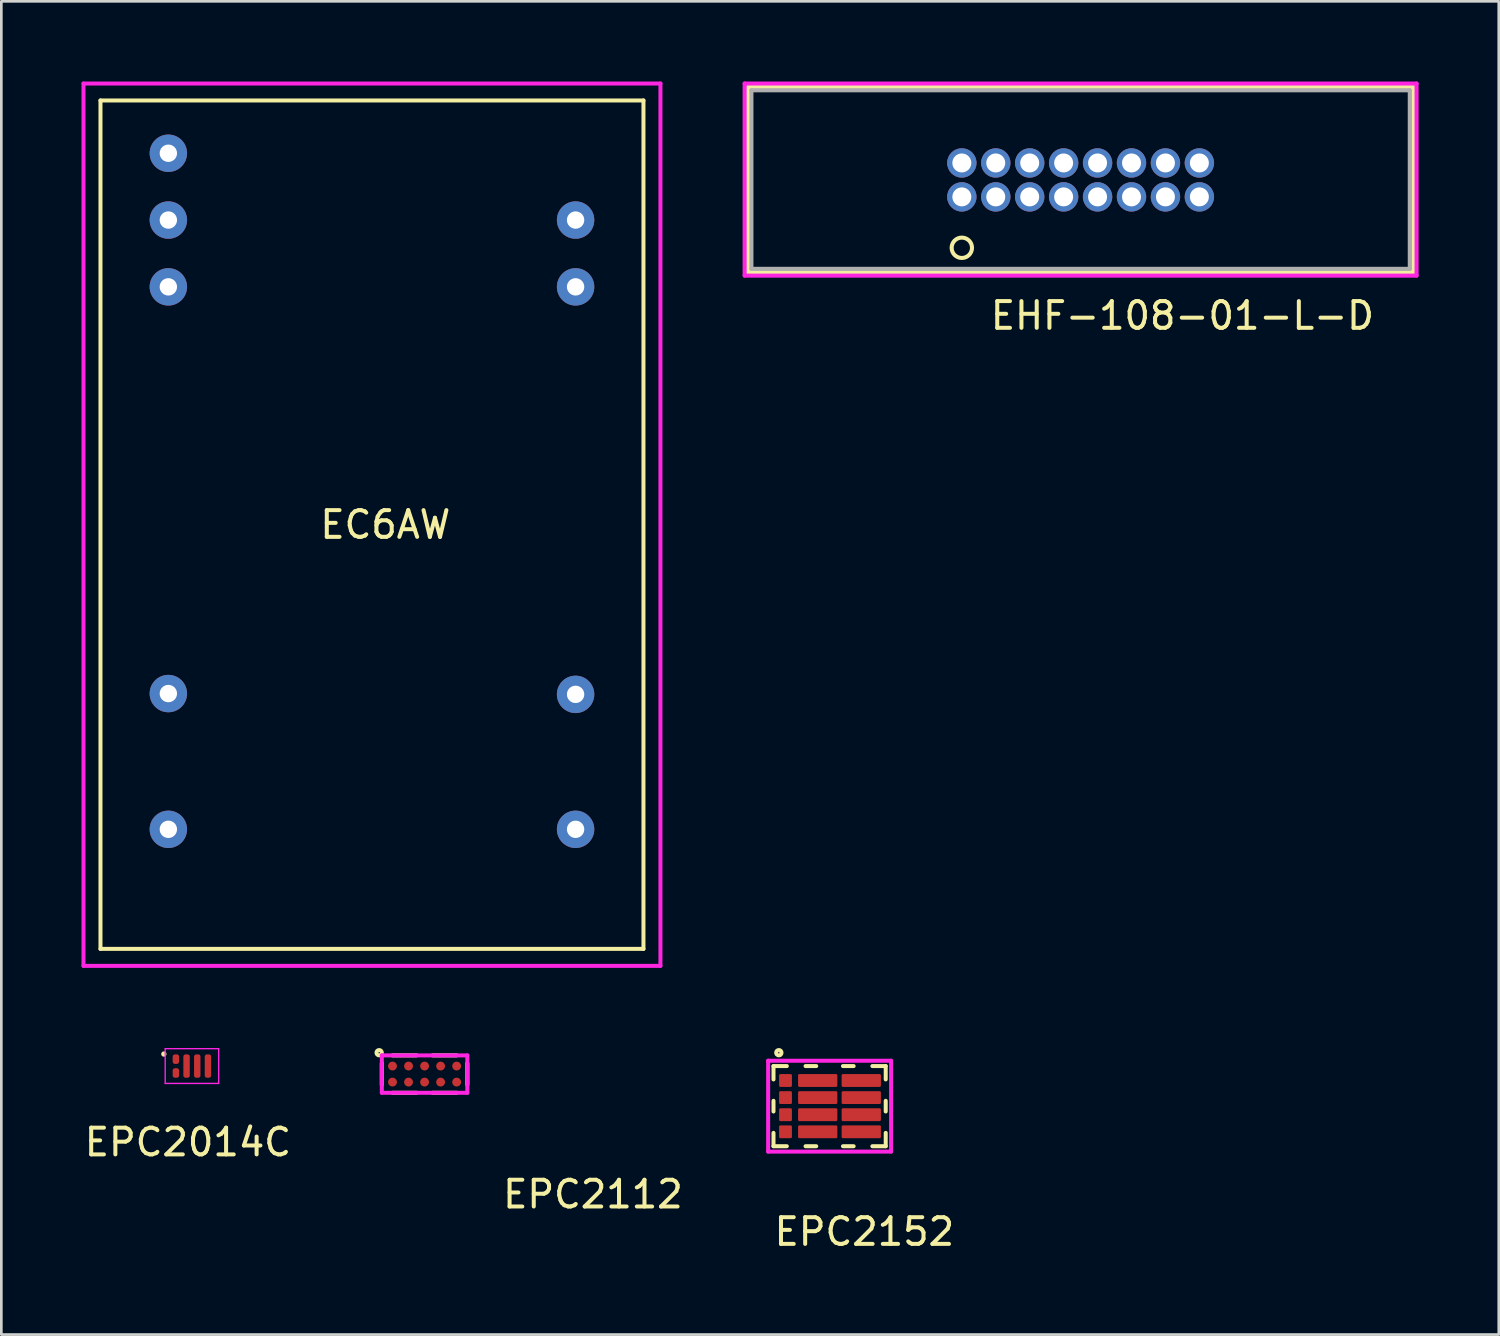
<source format=kicad_pcb>
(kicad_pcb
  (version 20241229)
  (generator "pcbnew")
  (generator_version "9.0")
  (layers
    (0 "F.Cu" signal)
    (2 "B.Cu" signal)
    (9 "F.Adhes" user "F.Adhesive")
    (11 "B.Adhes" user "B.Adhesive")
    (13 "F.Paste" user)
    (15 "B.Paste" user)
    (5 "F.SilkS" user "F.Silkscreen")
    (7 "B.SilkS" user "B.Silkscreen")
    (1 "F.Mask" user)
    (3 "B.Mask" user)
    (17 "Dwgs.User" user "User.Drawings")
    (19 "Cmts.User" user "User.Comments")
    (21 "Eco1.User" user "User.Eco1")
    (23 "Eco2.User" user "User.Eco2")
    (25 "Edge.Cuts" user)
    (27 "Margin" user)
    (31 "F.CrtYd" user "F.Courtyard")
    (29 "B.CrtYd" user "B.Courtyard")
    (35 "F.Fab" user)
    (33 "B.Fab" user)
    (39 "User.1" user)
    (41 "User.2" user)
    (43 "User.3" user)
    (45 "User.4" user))
  (footprint "EPC2152"
    (layer "F.Cu")
    (at 27.996 38.345)
    (property "Reference" "EPC2152" (at 1.3 4.7 0) (layer "F.SilkS") (effects (font (size 1 1) (thickness 0.15))))
    (attr through_hole)
    (fp_line (start -2.1 -1.5) (end -2.1 -1) (stroke (width 0.15) (type solid)) (layer "F.SilkS"))
    (fp_line (start -2.1 -1.5) (end -1.6 -1.5) (stroke (width 0.15) (type solid)) (layer "F.SilkS"))
    (fp_line (start -2.1 -0.2) (end -2.1 0.2) (stroke (width 0.15) (type solid)) (layer "F.SilkS"))
    (fp_line (start -2.1 1.5) (end -2.1 1) (stroke (width 0.15) (type solid)) (layer "F.SilkS"))
    (fp_line (start -2.1 1.5) (end -1.6 1.5) (stroke (width 0.15) (type solid)) (layer "F.SilkS"))
    (fp_line (start -0.9 -1.5) (end -0.5 -1.5) (stroke (width 0.15) (type solid)) (layer "F.SilkS"))
    (fp_line (start -0.5 1.5) (end -0.9 1.5) (stroke (width 0.15) (type solid)) (layer "F.SilkS"))
    (fp_line (start 0.5 -1.5) (end 0.9 -1.5) (stroke (width 0.15) (type solid)) (layer "F.SilkS"))
    (fp_line (start 0.5 1.5) (end 0.9 1.5) (stroke (width 0.15) (type solid)) (layer "F.SilkS"))
    (fp_line (start 1.6 -1.5) (end 2.1 -1.5) (stroke (width 0.15) (type solid)) (layer "F.SilkS"))
    (fp_line (start 2.1 -1.5) (end 2.1 -1) (stroke (width 0.15) (type solid)) (layer "F.SilkS"))
    (fp_line (start 2.1 -0.2) (end 2.1 0.2) (stroke (width 0.15) (type solid)) (layer "F.SilkS"))
    (fp_line (start 2.1 1.5) (end 1.6 1.5) (stroke (width 0.15) (type solid)) (layer "F.SilkS"))
    (fp_line (start 2.1 1.5) (end 2.1 1) (stroke (width 0.15) (type solid)) (layer "F.SilkS"))
    (fp_circle (center -1.9 -2) (end -1.8 -2) (stroke (width 0.15) (type solid)) (fill no) (layer "F.SilkS"))
    (fp_line (start -2.3 -1.7) (end 2.3 -1.7) (stroke (width 0.15) (type solid)) (layer "F.CrtYd"))
    (fp_line (start -2.3 1.7) (end -2.3 -1.7) (stroke (width 0.15) (type solid)) (layer "F.CrtYd"))
    (fp_line (start 2.3 -1.7) (end 2.3 1.7) (stroke (width 0.15) (type solid)) (layer "F.CrtYd"))
    (fp_line (start 2.3 1.7) (end -2.3 1.7) (stroke (width 0.15) (type solid)) (layer "F.CrtYd"))
    (pad "" smd roundrect (at -1.65 -0.96) (size 0.32 0.32) (layers "F.Mask" "F.Paste") (roundrect_rratio 0.1))
    (pad "" smd roundrect (at -1.65 -0.32) (size 0.32 0.32) (layers "F.Mask" "F.Paste") (roundrect_rratio 0.1))
    (pad "" smd roundrect (at -1.65 0.32) (size 0.32 0.32) (layers "F.Mask" "F.Paste") (roundrect_rratio 0.1))
    (pad "" smd roundrect (at -1.65 0.96) (size 0.32 0.32) (layers "F.Mask" "F.Paste") (roundrect_rratio 0.1))
    (pad "" smd roundrect (at -0.445 -0.96) (size 1.25 0.32) (layers "F.Mask" "F.Paste") (roundrect_rratio 0.1))
    (pad "" smd roundrect (at -0.445 -0.32) (size 1.25 0.32) (layers "F.Mask" "F.Paste") (roundrect_rratio 0.1))
    (pad "" smd roundrect (at -0.445 0.32) (size 1.25 0.32) (layers "F.Mask" "F.Paste") (roundrect_rratio 0.1))
    (pad "" smd roundrect (at -0.445 0.96) (size 1.25 0.32) (layers "F.Mask" "F.Paste") (roundrect_rratio 0.1))
    (pad "" smd roundrect (at 1.185 -0.96) (size 1.25 0.32) (layers "F.Mask" "F.Paste") (roundrect_rratio 0.1))
    (pad "" smd roundrect (at 1.185 -0.32) (size 1.25 0.32) (layers "F.Mask" "F.Paste") (roundrect_rratio 0.1))
    (pad "" smd roundrect (at 1.185 0.32) (size 1.25 0.32) (layers "F.Mask" "F.Paste") (roundrect_rratio 0.1))
    (pad "" smd roundrect (at 1.185 0.96) (size 1.25 0.32) (layers "F.Mask" "F.Paste") (roundrect_rratio 0.1))
    (pad "1" smd roundrect (at -1.65 -0.96) (size 0.48 0.48) (layers "F.Cu") (roundrect_rratio 0.1))
    (pad "2" smd roundrect (at -1.65 -0.32) (size 0.48 0.48) (layers "F.Cu") (roundrect_rratio 0.1))
    (pad "3" smd roundrect (at -1.65 0.32) (size 0.48 0.48) (layers "F.Cu") (roundrect_rratio 0.1))
    (pad "4" smd roundrect (at -1.65 0.96) (size 0.48 0.48) (layers "F.Cu") (roundrect_rratio 0.1))
    (pad "5" smd roundrect (at -0.445 -0.96) (size 1.47 0.48) (layers "F.Cu") (roundrect_rratio 0.1))
    (pad "6" smd roundrect (at -0.445 -0.32) (size 1.47 0.48) (layers "F.Cu") (roundrect_rratio 0.1))
    (pad "7" smd roundrect (at -0.445 0.32) (size 1.47 0.48) (layers "F.Cu") (roundrect_rratio 0.1))
    (pad "8" smd roundrect (at -0.445 0.96) (size 1.47 0.48) (layers "F.Cu") (roundrect_rratio 0.1))
    (pad "9" smd roundrect (at 1.185 -0.96) (size 1.47 0.48) (layers "F.Cu") (roundrect_rratio 0.1))
    (pad "10" smd roundrect (at 1.185 -0.32) (size 1.47 0.48) (layers "F.Cu") (roundrect_rratio 0.1))
    (pad "11" smd roundrect (at 1.185 0.32) (size 1.47 0.48) (layers "F.Cu") (roundrect_rratio 0.1))
    (pad "12" smd roundrect (at 1.185 0.96) (size 1.47 0.48) (layers "F.Cu") (roundrect_rratio 0.1)))
  (footprint "EHF-108-01-L-D"
    (layer "F.Cu")
    (at 37.389 3.683)
    (property "Reference" "EHF-108-01-L-D" (at 3.81 5.08 0) (layer "F.SilkS") (effects (font (size 1 1) (thickness 0.15))))
    (attr through_hole)
    (fp_line (start -12.446 -3.48) (end -12.446 3.454) (stroke (width 0.152) (type solid)) (layer "F.SilkS"))
    (fp_line (start -12.446 3.454) (end 12.446 3.454) (stroke (width 0.152) (type solid)) (layer "F.SilkS"))
    (fp_line (start 12.446 -3.48) (end -12.446 -3.48) (stroke (width 0.152) (type solid)) (layer "F.SilkS"))
    (fp_line (start 12.446 3.454) (end 12.446 -3.48) (stroke (width 0.152) (type solid)) (layer "F.SilkS"))
    (fp_circle (center -4.445 2.54) (end -4.064 2.54) (stroke (width 0.152) (type solid)) (fill no) (layer "F.SilkS"))
    (fp_line (start -12.573 -3.607) (end -12.573 3.581) (stroke (width 0.152) (type solid)) (layer "F.CrtYd"))
    (fp_line (start -12.573 3.581) (end 12.573 3.581) (stroke (width 0.152) (type solid)) (layer "F.CrtYd"))
    (fp_line (start 12.573 -3.607) (end -12.573 -3.607) (stroke (width 0.152) (type solid)) (layer "F.CrtYd"))
    (fp_line (start 12.573 3.581) (end 12.573 -3.607) (stroke (width 0.152) (type solid)) (layer "F.CrtYd"))
    (fp_line (start -12.319 -3.353) (end -12.319 3.327) (stroke (width 0.152) (type solid)) (layer "F.Fab"))
    (fp_line (start -12.319 3.327) (end 12.319 3.327) (stroke (width 0.152) (type solid)) (layer "F.Fab"))
    (fp_line (start 12.319 -3.353) (end -12.319 -3.353) (stroke (width 0.152) (type solid)) (layer "F.Fab"))
    (fp_line (start 12.319 3.327) (end 12.319 -3.353) (stroke (width 0.152) (type solid)) (layer "F.Fab"))
    (fp_circle (center -4.445 0.635) (end -4.191 0.635) (stroke (width 0.152) (type solid)) (fill no) (layer "F.Fab"))
    (pad "1" thru_hole circle (at -4.445 0.635) (size 1.1 1.1) (drill 0.71) (layers "*.Cu" "*.Mask"))
    (pad "2" thru_hole circle (at -4.445 -0.635) (size 1.1 1.1) (drill 0.71) (layers "*.Cu" "*.Mask"))
    (pad "3" thru_hole circle (at -3.175 0.635) (size 1.1 1.1) (drill 0.71) (layers "*.Cu" "*.Mask"))
    (pad "4" thru_hole circle (at -3.175 -0.635) (size 1.1 1.1) (drill 0.71) (layers "*.Cu" "*.Mask"))
    (pad "5" thru_hole circle (at -1.905 0.635) (size 1.1 1.1) (drill 0.71) (layers "*.Cu" "*.Mask"))
    (pad "6" thru_hole circle (at -1.905 -0.635) (size 1.1 1.1) (drill 0.71) (layers "*.Cu" "*.Mask"))
    (pad "7" thru_hole circle (at -0.635 0.635) (size 1.1 1.1) (drill 0.71) (layers "*.Cu" "*.Mask"))
    (pad "8" thru_hole circle (at -0.635 -0.635) (size 1.1 1.1) (drill 0.71) (layers "*.Cu" "*.Mask"))
    (pad "9" thru_hole circle (at 0.635 0.635) (size 1.1 1.1) (drill 0.71) (layers "*.Cu" "*.Mask"))
    (pad "10" thru_hole circle (at 0.635 -0.635) (size 1.1 1.1) (drill 0.71) (layers "*.Cu" "*.Mask"))
    (pad "11" thru_hole circle (at 1.905 0.635) (size 1.1 1.1) (drill 0.71) (layers "*.Cu" "*.Mask"))
    (pad "12" thru_hole circle (at 1.905 -0.635) (size 1.1 1.1) (drill 0.71) (layers "*.Cu" "*.Mask"))
    (pad "13" thru_hole circle (at 3.175 0.635) (size 1.1 1.1) (drill 0.71) (layers "*.Cu" "*.Mask"))
    (pad "14" thru_hole circle (at 3.175 -0.635) (size 1.1 1.1) (drill 0.71) (layers "*.Cu" "*.Mask"))
    (pad "15" thru_hole circle (at 4.445 0.635) (size 1.1 1.1) (drill 0.71) (layers "*.Cu" "*.Mask"))
    (pad "16" thru_hole circle (at 4.445 -0.635) (size 1.1 1.1) (drill 0.71) (layers "*.Cu" "*.Mask")))
  (footprint "EPC2014C"
    (layer "F.Cu")
    (at 4.132 36.845)
    (property "Reference" "EPC2014C" (at -0.15 2.85 0) (layer "F.SilkS") (effects (font (size 1 1) (thickness 0.15))))
    (attr through_hole)
    (fp_circle (center -1.05 -0.45) (end -1 -0.45) (stroke (width 0.1) (type solid)) (fill no) (layer "F.SilkS"))
    (fp_line (start -1 -0.65) (end 1 -0.65) (stroke (width 0.05) (type solid)) (layer "F.CrtYd"))
    (fp_line (start -1 0.65) (end -1 -0.65) (stroke (width 0.05) (type solid)) (layer "F.CrtYd"))
    (fp_line (start 1 -0.65) (end 1 0.65) (stroke (width 0.05) (type solid)) (layer "F.CrtYd"))
    (fp_line (start 1 0.65) (end -1 0.65) (stroke (width 0.05) (type solid)) (layer "F.CrtYd"))
    (pad "" smd roundrect (at -0.6 -0.259) (size 0.18 0.296) (layers "F.Mask") (roundrect_rratio 0.5))
    (pad "" smd roundrect (at -0.6 -0.259) (size 0.18 0.296) (layers "F.Paste") (roundrect_rratio 0.34))
    (pad "" smd roundrect (at -0.6 0.259) (size 0.18 0.296) (layers "F.Mask") (roundrect_rratio 0.5))
    (pad "" smd roundrect (at -0.6 0.259) (size 0.18 0.296) (layers "F.Paste") (roundrect_rratio 0.34))
    (pad "" smd roundrect (at -0.2 0) (size 0.18 0.814) (layers "F.Mask") (roundrect_rratio 0.5))
    (pad "" smd roundrect (at -0.2 0) (size 0.18 0.814) (layers "F.Paste") (roundrect_rratio 0.34))
    (pad "" smd roundrect (at 0.2 0) (size 0.18 0.814) (layers "F.Mask") (roundrect_rratio 0.5))
    (pad "" smd roundrect (at 0.2 0) (size 0.18 0.814) (layers "F.Paste") (roundrect_rratio 0.34))
    (pad "" smd roundrect (at 0.6 0) (size 0.18 0.814) (layers "F.Mask") (roundrect_rratio 0.5))
    (pad "" smd roundrect (at 0.6 0) (size 0.18 0.814) (layers "F.Paste") (roundrect_rratio 0.34))
    (pad "1" smd roundrect (at -0.6 -0.259) (size 0.24 0.356) (layers "F.Cu") (roundrect_rratio 0.34))
    (pad "2" smd roundrect (at -0.6 0.259) (size 0.24 0.356) (layers "F.Cu") (roundrect_rratio 0.34))
    (pad "3" smd roundrect (at -0.2 0) (size 0.24 0.874) (layers "F.Cu") (roundrect_rratio 0.34))
    (pad "4" smd roundrect (at 0.2 0) (size 0.24 0.874) (layers "F.Cu") (roundrect_rratio 0.34))
    (pad "5" smd roundrect (at 0.6 0) (size 0.24 0.874) (layers "F.Cu") (roundrect_rratio 0.34)))
  (footprint "EPC2112"
    (layer "F.Cu")
    (at 12.839 37.145)
    (property "Reference" "EPC2112" (at 6.3 4.5 0) (layer "F.SilkS") (effects (font (size 1 1) (thickness 0.15))))
    (attr through_hole)
    (fp_line (start -1.6 -0.4) (end -1.6 0.4) (stroke (width 0.15) (type solid)) (layer "F.SilkS"))
    (fp_line (start -1.2 -0.7) (end -0.3 -0.7) (stroke (width 0.15) (type solid)) (layer "F.SilkS"))
    (fp_line (start -1.2 0.7) (end -0.3 0.7) (stroke (width 0.15) (type solid)) (layer "F.SilkS"))
    (fp_line (start 0.3 -0.7) (end 1.2 -0.7) (stroke (width 0.15) (type solid)) (layer "F.SilkS"))
    (fp_line (start 0.3 0.7) (end 1.2 0.7) (stroke (width 0.15) (type solid)) (layer "F.SilkS"))
    (fp_line (start 1.6 -0.4) (end 1.6 0.4) (stroke (width 0.15) (type solid)) (layer "F.SilkS"))
    (fp_circle (center -1.7 -0.8) (end -1.7 -0.7) (stroke (width 0.15) (type solid)) (fill no) (layer "F.SilkS"))
    (fp_line (start -1.6 -0.7) (end 1.6 -0.7) (stroke (width 0.15) (type solid)) (layer "F.CrtYd"))
    (fp_line (start -1.6 0.7) (end -1.6 -0.7) (stroke (width 0.15) (type solid)) (layer "F.CrtYd"))
    (fp_line (start 1.6 -0.7) (end 1.6 0.7) (stroke (width 0.15) (type solid)) (layer "F.CrtYd"))
    (fp_line (start 1.6 0.7) (end -1.6 0.7) (stroke (width 0.15) (type solid)) (layer "F.CrtYd"))
    (pad "" smd roundrect (at -1.2 -0.3) (size 0.3 0.25) (layers "F.Paste") (roundrect_rratio 0.25))
    (pad "" smd roundrect (at -1.2 0.3) (size 0.3 0.25) (layers "F.Paste") (roundrect_rratio 0.25))
    (pad "" smd roundrect (at -0.6 -0.3) (size 0.3 0.25) (layers "F.Paste") (roundrect_rratio 0.25))
    (pad "" smd roundrect (at -0.6 0.3) (size 0.3 0.25) (layers "F.Paste") (roundrect_rratio 0.25))
    (pad "" smd roundrect (at 0 -0.3) (size 0.3 0.25) (layers "F.Paste") (roundrect_rratio 0.25))
    (pad "" smd roundrect (at 0 0.3) (size 0.3 0.25) (layers "F.Paste") (roundrect_rratio 0.25))
    (pad "" smd roundrect (at 0.6 -0.3) (size 0.3 0.25) (layers "F.Paste") (roundrect_rratio 0.25))
    (pad "" smd roundrect (at 0.6 0.3) (size 0.3 0.25) (layers "F.Paste") (roundrect_rratio 0.25))
    (pad "" smd roundrect (at 1.2 -0.3) (size 0.3 0.25) (layers "F.Paste") (roundrect_rratio 0.25))
    (pad "" smd roundrect (at 1.2 0.3) (size 0.3 0.25) (layers "F.Paste") (roundrect_rratio 0.25))
    (pad "1" smd circle (at -1.2 0.3) (size 0.33 0.33) (layers "F.Cu" "F.Mask"))
    (pad "2" smd circle (at -1.2 -0.3) (size 0.33 0.33) (layers "F.Cu" "F.Mask"))
    (pad "3" smd circle (at -0.6 0.3) (size 0.33 0.33) (layers "F.Cu" "F.Mask"))
    (pad "4" smd circle (at -0.6 -0.3) (size 0.33 0.33) (layers "F.Cu" "F.Mask"))
    (pad "5" smd circle (at 0 0.3) (size 0.33 0.33) (layers "F.Cu" "F.Mask"))
    (pad "6" smd circle (at 0 -0.3) (size 0.33 0.33) (layers "F.Cu" "F.Mask"))
    (pad "7" smd circle (at 0.6 0.3) (size 0.33 0.33) (layers "F.Cu" "F.Mask"))
    (pad "8" smd circle (at 0.6 -0.3) (size 0.33 0.33) (layers "F.Cu" "F.Mask"))
    (pad "9" smd circle (at 1.2 0.3) (size 0.33 0.33) (layers "F.Cu" "F.Mask"))
    (pad "10" smd circle (at 1.2 -0.3) (size 0.33 0.33) (layers "F.Cu" "F.Mask")))
  (footprint "EC6AW"
    (layer "F.Cu")
    (at 10.87 16.585)
    (property "Reference" "EC6AW" (at 0.5 0 0) (layer "F.SilkS") (effects (font (size 1 1) (thickness 0.15))))
    (attr through_hole)
    (fp_line (start -10.16 -15.875) (end 10.16 -15.875) (stroke (width 0.15) (type solid)) (layer "F.SilkS"))
    (fp_line (start -10.16 15.875) (end -10.16 -15.875) (stroke (width 0.15) (type solid)) (layer "F.SilkS"))
    (fp_line (start 10.16 -15.875) (end 10.16 15.875) (stroke (width 0.15) (type solid)) (layer "F.SilkS"))
    (fp_line (start 10.16 15.875) (end -10.16 15.875) (stroke (width 0.15) (type solid)) (layer "F.SilkS"))
    (fp_line (start -10.795 -16.51) (end 10.795 -16.51) (stroke (width 0.15) (type solid)) (layer "F.CrtYd"))
    (fp_line (start -10.795 16.51) (end -10.795 -16.51) (stroke (width 0.15) (type solid)) (layer "F.CrtYd"))
    (fp_line (start 10.795 -16.51) (end 10.795 16.51) (stroke (width 0.15) (type solid)) (layer "F.CrtYd"))
    (fp_line (start 10.795 16.51) (end -10.795 16.51) (stroke (width 0.15) (type solid)) (layer "F.CrtYd"))
    (pad "1" thru_hole circle (at -7.62 -13.9) (size 1.4 1.4) (drill 0.65) (layers "*.Cu" "*.Mask"))
    (pad "2" thru_hole circle (at -7.62 -11.4) (size 1.4 1.4) (drill 0.65) (layers "*.Cu" "*.Mask"))
    (pad "3" thru_hole circle (at -7.62 -8.9) (size 1.4 1.4) (drill 0.65) (layers "*.Cu" "*.Mask"))
    (pad "9" thru_hole circle (at -7.62 6.32) (size 1.4 1.4) (drill 0.65) (layers "*.Cu" "*.Mask"))
    (pad "11" thru_hole circle (at -7.62 11.4) (size 1.4 1.4) (drill 0.65) (layers "*.Cu" "*.Mask"))
    (pad "14" thru_hole circle (at 7.62 11.4) (size 1.4 1.4) (drill 0.65) (layers "*.Cu" "*.Mask"))
    (pad "16" thru_hole circle (at 7.62 6.35) (size 1.4 1.4) (drill 0.65) (layers "*.Cu" "*.Mask"))
    (pad "22" thru_hole circle (at 7.62 -8.9) (size 1.4 1.4) (drill 0.65) (layers "*.Cu" "*.Mask"))
    (pad "23" thru_hole circle (at 7.62 -11.4) (size 1.4 1.4) (drill 0.65) (layers "*.Cu" "*.Mask")))
  (gr_rect
    (start -3 -3)
    (end 53.038 46.893)
    (stroke (width 0.1) (type default))
    (fill no)
    (layer "Edge.Cuts")))
</source>
